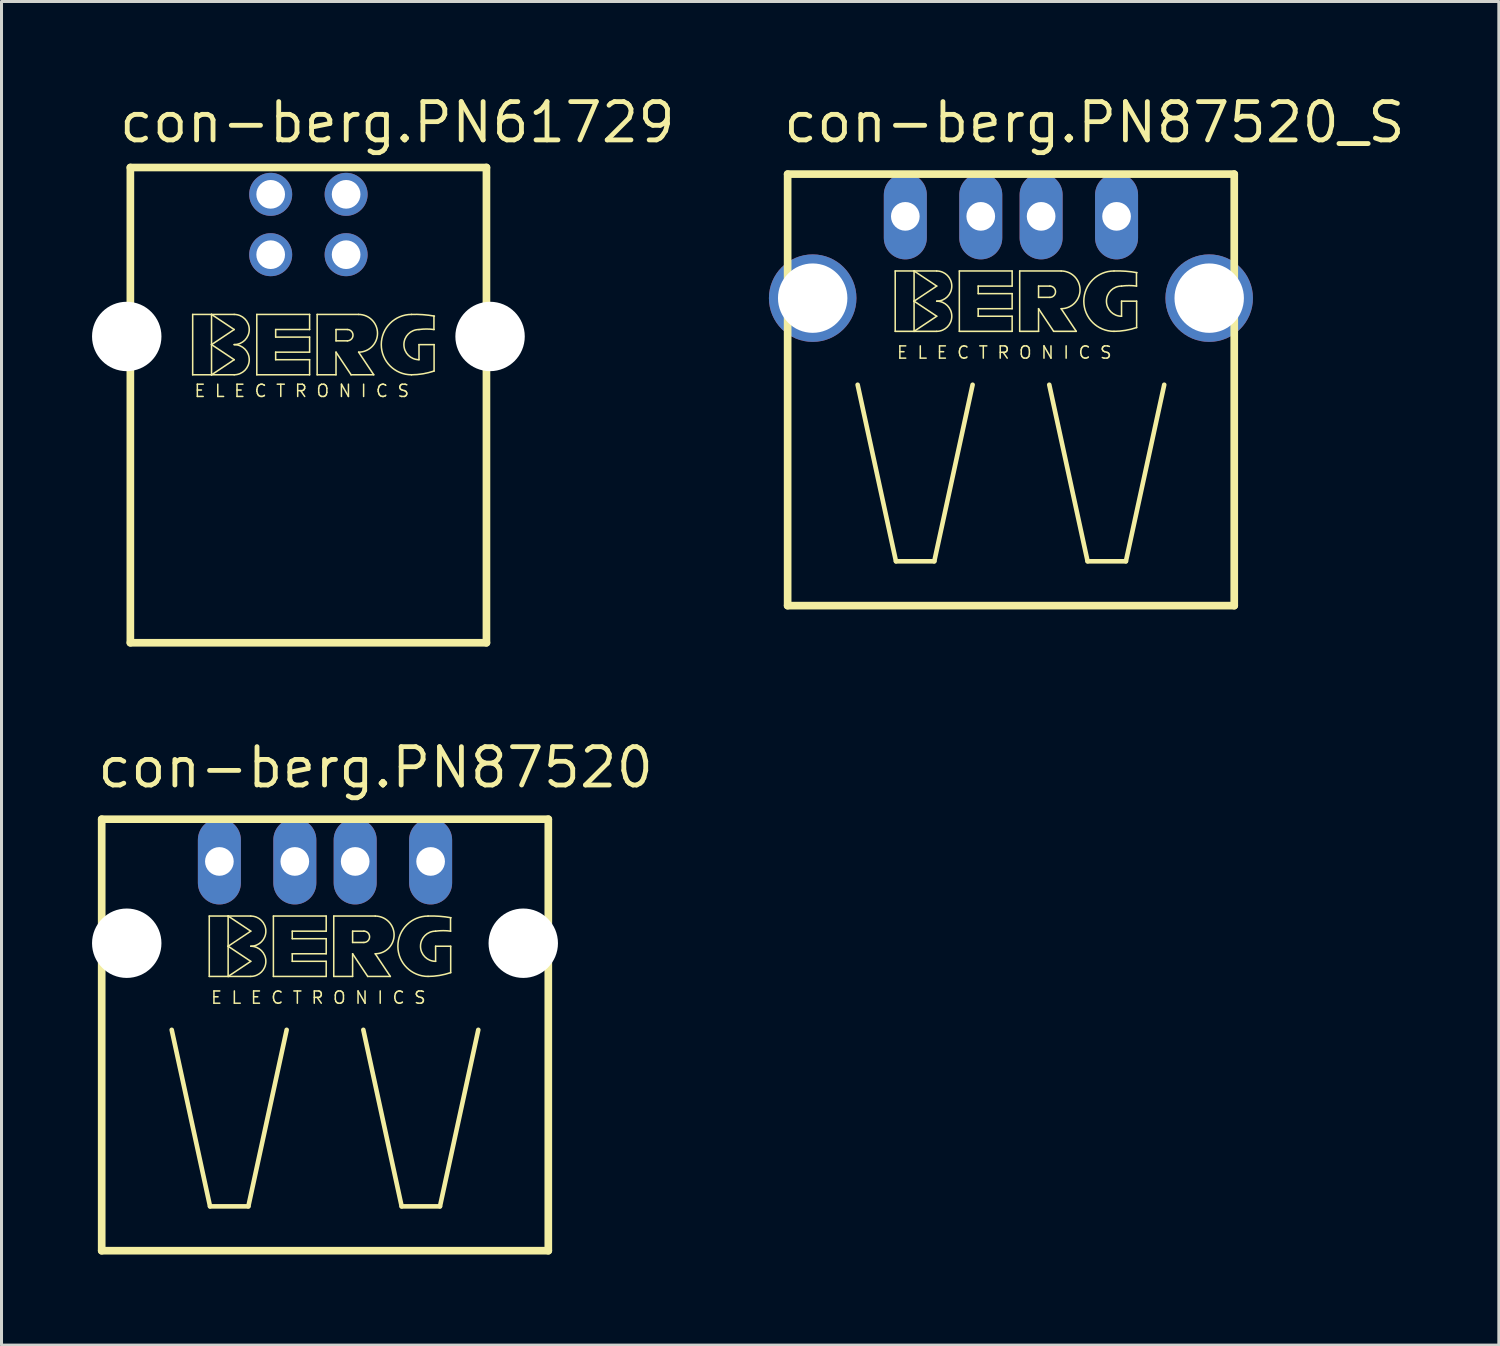
<source format=kicad_pcb>
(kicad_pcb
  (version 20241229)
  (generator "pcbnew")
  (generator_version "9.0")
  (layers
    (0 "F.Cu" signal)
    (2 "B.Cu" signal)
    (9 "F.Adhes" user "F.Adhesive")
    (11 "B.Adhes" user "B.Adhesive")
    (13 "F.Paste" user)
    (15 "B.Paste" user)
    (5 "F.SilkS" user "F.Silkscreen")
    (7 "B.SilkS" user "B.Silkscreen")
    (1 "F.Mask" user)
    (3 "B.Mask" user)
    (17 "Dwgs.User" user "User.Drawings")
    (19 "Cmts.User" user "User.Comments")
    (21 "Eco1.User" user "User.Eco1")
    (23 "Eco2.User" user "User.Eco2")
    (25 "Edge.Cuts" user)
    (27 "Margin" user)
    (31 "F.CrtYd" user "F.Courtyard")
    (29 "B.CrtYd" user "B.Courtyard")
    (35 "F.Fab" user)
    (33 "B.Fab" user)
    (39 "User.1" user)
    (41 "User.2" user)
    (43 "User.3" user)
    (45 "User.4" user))
  (footprint "con-berg.PN87520_S"
    (layer "F.Cu")
    (at 30.451 6.83)
    (property "Reference" "con-berg.PN87520_S" (at -7.62 -5.08 0) (layer "F.SilkS") (effects (font (size 1.27 1.27) (thickness 0.16)) (justify left bottom)))
    (attr through_hole)
    (fp_line (start -7.4 -4.11) (end -7.4 10.19) (stroke (width 0.254) (type default)) (layer "F.SilkS"))
    (fp_line (start -7.4 10.19) (end 7.4 10.19) (stroke (width 0.254) (type default)) (layer "F.SilkS"))
    (fp_line (start -5.08 2.87) (end -3.81 8.72) (stroke (width 0.152) (type default)) (layer "F.SilkS"))
    (fp_line (start -3.835 -0.9) (end -3.835 1.1) (stroke (width 0.051) (type default)) (layer "F.SilkS"))
    (fp_line (start -3.835 1.1) (end -3.21 1.1) (stroke (width 0.051) (type default)) (layer "F.SilkS"))
    (fp_line (start -3.81 8.72) (end -2.54 8.72) (stroke (width 0.152) (type default)) (layer "F.SilkS"))
    (fp_line (start -3.21 -0.9) (end -3.835 -0.9) (stroke (width 0.051) (type default)) (layer "F.SilkS"))
    (fp_line (start -3.21 -0.9) (end -2.46 -0.4) (stroke (width 0.051) (type default)) (layer "F.SilkS"))
    (fp_line (start -3.21 0.1) (end -3.21 -0.9) (stroke (width 0.051) (type default)) (layer "F.SilkS"))
    (fp_line (start -3.21 0.1) (end -2.46 0.6) (stroke (width 0.051) (type default)) (layer "F.SilkS"))
    (fp_line (start -3.21 1.1) (end -3.21 0.1) (stroke (width 0.051) (type default)) (layer "F.SilkS"))
    (fp_line (start -2.54 8.72) (end -1.27 2.87) (stroke (width 0.152) (type default)) (layer "F.SilkS"))
    (fp_line (start -2.46 -0.9) (end -3.21 -0.9) (stroke (width 0.051) (type default)) (layer "F.SilkS"))
    (fp_line (start -2.46 -0.4) (end -3.21 0.1) (stroke (width 0.051) (type default)) (layer "F.SilkS"))
    (fp_line (start -2.46 0.6) (end -3.21 1.1) (stroke (width 0.051) (type default)) (layer "F.SilkS"))
    (fp_line (start -2.46 1.1) (end -3.21 1.1) (stroke (width 0.051) (type default)) (layer "F.SilkS"))
    (fp_line (start -1.71 -0.9) (end -1.71 1.1) (stroke (width 0.051) (type default)) (layer "F.SilkS"))
    (fp_line (start -1.71 1.1) (end 0.04 1.1) (stroke (width 0.051) (type default)) (layer "F.SilkS"))
    (fp_line (start -1.085 -0.4) (end 0.04 -0.4) (stroke (width 0.051) (type default)) (layer "F.SilkS"))
    (fp_line (start -1.085 -0.15) (end -1.085 -0.4) (stroke (width 0.051) (type default)) (layer "F.SilkS"))
    (fp_line (start -1.085 0.35) (end 0.04 0.35) (stroke (width 0.051) (type default)) (layer "F.SilkS"))
    (fp_line (start -1.085 0.6) (end -1.085 0.35) (stroke (width 0.051) (type default)) (layer "F.SilkS"))
    (fp_line (start 0.04 -0.9) (end -1.71 -0.9) (stroke (width 0.051) (type default)) (layer "F.SilkS"))
    (fp_line (start 0.04 -0.4) (end 0.04 -0.9) (stroke (width 0.051) (type default)) (layer "F.SilkS"))
    (fp_line (start 0.04 -0.15) (end -1.085 -0.15) (stroke (width 0.051) (type default)) (layer "F.SilkS"))
    (fp_line (start 0.04 0.35) (end 0.04 -0.15) (stroke (width 0.051) (type default)) (layer "F.SilkS"))
    (fp_line (start 0.04 0.6) (end -1.085 0.6) (stroke (width 0.051) (type default)) (layer "F.SilkS"))
    (fp_line (start 0.04 1.1) (end 0.04 0.6) (stroke (width 0.051) (type default)) (layer "F.SilkS"))
    (fp_line (start 0.29 -0.9) (end 0.29 1.1) (stroke (width 0.051) (type default)) (layer "F.SilkS"))
    (fp_line (start 0.29 -0.9) (end 1.665 -0.9) (stroke (width 0.051) (type default)) (layer "F.SilkS"))
    (fp_line (start 0.29 1.1) (end 0.915 1.1) (stroke (width 0.051) (type default)) (layer "F.SilkS"))
    (fp_line (start 0.915 -0.4) (end 0.915 -0.025) (stroke (width 0.051) (type default)) (layer "F.SilkS"))
    (fp_line (start 0.915 -0.4) (end 1.29 -0.4) (stroke (width 0.051) (type default)) (layer "F.SilkS"))
    (fp_line (start 0.915 -0.025) (end 1.29 -0.025) (stroke (width 0.051) (type default)) (layer "F.SilkS"))
    (fp_line (start 0.915 0.35) (end 1.415 1.1) (stroke (width 0.051) (type default)) (layer "F.SilkS"))
    (fp_line (start 0.915 1.1) (end 0.915 0.35) (stroke (width 0.051) (type default)) (layer "F.SilkS"))
    (fp_line (start 1.27 2.87) (end 2.54 8.72) (stroke (width 0.152) (type default)) (layer "F.SilkS"))
    (fp_line (start 1.415 1.1) (end 2.165 1.1) (stroke (width 0.051) (type default)) (layer "F.SilkS"))
    (fp_line (start 2.165 1.1) (end 1.665 0.35) (stroke (width 0.051) (type default)) (layer "F.SilkS"))
    (fp_line (start 2.54 8.72) (end 3.81 8.72) (stroke (width 0.152) (type default)) (layer "F.SilkS"))
    (fp_line (start 3.665 0.1) (end 3.665 0.6) (stroke (width 0.051) (type default)) (layer "F.SilkS"))
    (fp_line (start 3.665 0.1) (end 4.165 0.1) (stroke (width 0.051) (type default)) (layer "F.SilkS"))
    (fp_line (start 3.81 8.72) (end 5.08 2.87) (stroke (width 0.152) (type default)) (layer "F.SilkS"))
    (fp_line (start 4.16 -0.4) (end 4.16 -0.845) (stroke (width 0.051) (type default)) (layer "F.SilkS"))
    (fp_line (start 4.165 0.1) (end 4.165 0.975) (stroke (width 0.051) (type default)) (layer "F.SilkS"))
    (fp_line (start 7.4 -4.11) (end -7.4 -4.11) (stroke (width 0.254) (type default)) (layer "F.SilkS"))
    (fp_line (start 7.4 10.19) (end 7.4 -4.11) (stroke (width 0.254) (type default)) (layer "F.SilkS"))
    (fp_arc (start -2.46 -0.9) (mid -1.96 -0.4) (end -2.46 0.1) (stroke (width 0.0508) (type default)) (layer "F.SilkS"))
    (fp_arc (start -2.46 0.1) (mid -1.96 0.6) (end -2.46 1.1) (stroke (width 0.0508) (type default)) (layer "F.SilkS"))
    (fp_arc (start 1.29 -0.4) (mid 1.4775 -0.2125) (end 1.29 -0.025) (stroke (width 0.0508) (type default)) (layer "F.SilkS"))
    (fp_arc (start 1.665 -0.9) (mid 2.29 -0.275) (end 1.665 0.35) (stroke (width 0.0508) (type default)) (layer "F.SilkS"))
    (fp_arc (start 3.415 -0.9) (mid 3.796448 -0.89251) (end 4.175 -0.845) (stroke (width 0.0508) (type default)) (layer "F.SilkS"))
    (fp_arc (start 3.415 1.1) (mid 2.415 0.1) (end 3.415 -0.9) (stroke (width 0.0508) (type default)) (layer "F.SilkS"))
    (fp_arc (start 3.665 -0.4) (mid 3.915 -0.416593) (end 4.165 -0.4) (stroke (width 0.0508) (type default)) (layer "F.SilkS"))
    (fp_arc (start 3.665 0.6) (mid 3.165 0.1) (end 3.665 -0.4) (stroke (width 0.0508) (type default)) (layer "F.SilkS"))
    (fp_arc (start 4.165 0.975) (mid 3.795035 1.067709) (end 3.415 1.1) (stroke (width 0.0508) (type default)) (layer "F.SilkS"))
    (fp_text user "E L E C T R O N I C S" (at -3.81 2.04 0) (layer "F.SilkS") (effects (font (size 0.406 0.406) (thickness 0.05)) (justify left bottom)))
    (pad "1" thru_hole oval (at -3.5 -2.71 90) (size 2.85 1.425) (drill 0.95) (layers "*.Cu" "*.Mask"))
    (pad "2" thru_hole oval (at -1 -2.71 90) (size 2.85 1.425) (drill 0.95) (layers "*.Cu" "*.Mask"))
    (pad "3" thru_hole oval (at 1 -2.71 90) (size 2.85 1.425) (drill 0.95) (layers "*.Cu" "*.Mask"))
    (pad "4" thru_hole oval (at 3.5 -2.71 90) (size 2.85 1.425) (drill 0.95) (layers "*.Cu" "*.Mask"))
    (pad "S1" thru_hole circle (at -6.57 0) (size 2.9 2.9) (drill 2.3) (layers "*.Cu" "*.Mask"))
    (pad "S2" thru_hole circle (at 6.57 0 180) (size 2.9 2.9) (drill 2.3) (layers "*.Cu" "*.Mask")))
  (footprint "con-berg.PN61729"
    (layer "F.Cu")
    (at 7.17 8.1)
    (property "Reference" "con-berg.PN61729" (at -6.35 -6.35 0) (layer "F.SilkS") (effects (font (size 1.27 1.27) (thickness 0.16)) (justify left bottom)))
    (attr through_hole)
    (fp_line (start -5.9 -5.6) (end -5.9 10.15) (stroke (width 0.254) (type default)) (layer "F.SilkS"))
    (fp_line (start -5.9 10.15) (end 5.9 10.15) (stroke (width 0.254) (type default)) (layer "F.SilkS"))
    (fp_line (start -3.835 -0.73) (end -3.835 1.27) (stroke (width 0.051) (type default)) (layer "F.SilkS"))
    (fp_line (start -3.835 1.27) (end -3.21 1.27) (stroke (width 0.051) (type default)) (layer "F.SilkS"))
    (fp_line (start -3.21 -0.73) (end -3.835 -0.73) (stroke (width 0.051) (type default)) (layer "F.SilkS"))
    (fp_line (start -3.21 -0.73) (end -2.46 -0.23) (stroke (width 0.051) (type default)) (layer "F.SilkS"))
    (fp_line (start -3.21 0.27) (end -3.21 -0.73) (stroke (width 0.051) (type default)) (layer "F.SilkS"))
    (fp_line (start -3.21 0.27) (end -2.46 0.77) (stroke (width 0.051) (type default)) (layer "F.SilkS"))
    (fp_line (start -3.21 1.27) (end -3.21 0.27) (stroke (width 0.051) (type default)) (layer "F.SilkS"))
    (fp_line (start -2.46 -0.73) (end -3.21 -0.73) (stroke (width 0.051) (type default)) (layer "F.SilkS"))
    (fp_line (start -2.46 -0.23) (end -3.21 0.27) (stroke (width 0.051) (type default)) (layer "F.SilkS"))
    (fp_line (start -2.46 0.77) (end -3.21 1.27) (stroke (width 0.051) (type default)) (layer "F.SilkS"))
    (fp_line (start -2.46 1.27) (end -3.21 1.27) (stroke (width 0.051) (type default)) (layer "F.SilkS"))
    (fp_line (start -1.71 -0.73) (end -1.71 1.27) (stroke (width 0.051) (type default)) (layer "F.SilkS"))
    (fp_line (start -1.71 1.27) (end 0.04 1.27) (stroke (width 0.051) (type default)) (layer "F.SilkS"))
    (fp_line (start -1.085 -0.23) (end 0.04 -0.23) (stroke (width 0.051) (type default)) (layer "F.SilkS"))
    (fp_line (start -1.085 0.02) (end -1.085 -0.23) (stroke (width 0.051) (type default)) (layer "F.SilkS"))
    (fp_line (start -1.085 0.52) (end 0.04 0.52) (stroke (width 0.051) (type default)) (layer "F.SilkS"))
    (fp_line (start -1.085 0.77) (end -1.085 0.52) (stroke (width 0.051) (type default)) (layer "F.SilkS"))
    (fp_line (start 0.04 -0.73) (end -1.71 -0.73) (stroke (width 0.051) (type default)) (layer "F.SilkS"))
    (fp_line (start 0.04 -0.23) (end 0.04 -0.73) (stroke (width 0.051) (type default)) (layer "F.SilkS"))
    (fp_line (start 0.04 0.02) (end -1.085 0.02) (stroke (width 0.051) (type default)) (layer "F.SilkS"))
    (fp_line (start 0.04 0.52) (end 0.04 0.02) (stroke (width 0.051) (type default)) (layer "F.SilkS"))
    (fp_line (start 0.04 0.77) (end -1.085 0.77) (stroke (width 0.051) (type default)) (layer "F.SilkS"))
    (fp_line (start 0.04 1.27) (end 0.04 0.77) (stroke (width 0.051) (type default)) (layer "F.SilkS"))
    (fp_line (start 0.29 -0.73) (end 0.29 1.27) (stroke (width 0.051) (type default)) (layer "F.SilkS"))
    (fp_line (start 0.29 -0.73) (end 1.665 -0.73) (stroke (width 0.051) (type default)) (layer "F.SilkS"))
    (fp_line (start 0.29 1.27) (end 0.915 1.27) (stroke (width 0.051) (type default)) (layer "F.SilkS"))
    (fp_line (start 0.915 -0.23) (end 0.915 0.145) (stroke (width 0.051) (type default)) (layer "F.SilkS"))
    (fp_line (start 0.915 -0.23) (end 1.29 -0.23) (stroke (width 0.051) (type default)) (layer "F.SilkS"))
    (fp_line (start 0.915 0.145) (end 1.29 0.145) (stroke (width 0.051) (type default)) (layer "F.SilkS"))
    (fp_line (start 0.915 0.52) (end 1.415 1.27) (stroke (width 0.051) (type default)) (layer "F.SilkS"))
    (fp_line (start 0.915 1.27) (end 0.915 0.52) (stroke (width 0.051) (type default)) (layer "F.SilkS"))
    (fp_line (start 1.415 1.27) (end 2.165 1.27) (stroke (width 0.051) (type default)) (layer "F.SilkS"))
    (fp_line (start 2.165 1.27) (end 1.665 0.52) (stroke (width 0.051) (type default)) (layer "F.SilkS"))
    (fp_line (start 3.665 0.27) (end 3.665 0.77) (stroke (width 0.051) (type default)) (layer "F.SilkS"))
    (fp_line (start 3.665 0.27) (end 4.165 0.27) (stroke (width 0.051) (type default)) (layer "F.SilkS"))
    (fp_line (start 4.16 -0.23) (end 4.16 -0.675) (stroke (width 0.051) (type default)) (layer "F.SilkS"))
    (fp_line (start 4.165 0.27) (end 4.165 1.145) (stroke (width 0.051) (type default)) (layer "F.SilkS"))
    (fp_line (start 5.9 -5.6) (end -5.9 -5.6) (stroke (width 0.254) (type default)) (layer "F.SilkS"))
    (fp_line (start 5.9 10.15) (end 5.9 -5.6) (stroke (width 0.254) (type default)) (layer "F.SilkS"))
    (fp_arc (start -2.46 -0.73) (mid -1.96 -0.23) (end -2.46 0.27) (stroke (width 0.0508) (type default)) (layer "F.SilkS"))
    (fp_arc (start -2.46 0.27) (mid -1.96 0.77) (end -2.46 1.27) (stroke (width 0.0508) (type default)) (layer "F.SilkS"))
    (fp_arc (start 1.29 -0.23) (mid 1.4775 -0.0425) (end 1.29 0.145) (stroke (width 0.0508) (type default)) (layer "F.SilkS"))
    (fp_arc (start 1.665 -0.73) (mid 2.29 -0.105) (end 1.665 0.52) (stroke (width 0.0508) (type default)) (layer "F.SilkS"))
    (fp_arc (start 3.415 -0.73) (mid 3.796448 -0.722513) (end 4.175 -0.675) (stroke (width 0.0508) (type default)) (layer "F.SilkS"))
    (fp_arc (start 3.415 1.27) (mid 2.415 0.27) (end 3.415 -0.73) (stroke (width 0.0508) (type default)) (layer "F.SilkS"))
    (fp_arc (start 3.665 -0.23) (mid 3.915 -0.246593) (end 4.165 -0.23) (stroke (width 0.0508) (type default)) (layer "F.SilkS"))
    (fp_arc (start 3.665 0.77) (mid 3.165 0.27) (end 3.665 -0.23) (stroke (width 0.0508) (type default)) (layer "F.SilkS"))
    (fp_arc (start 4.165 1.145) (mid 3.795035 1.237709) (end 3.415 1.27) (stroke (width 0.0508) (type default)) (layer "F.SilkS"))
    (fp_text user "E L E C T R O N I C S" (at -3.81 2.04 0) (layer "F.SilkS") (effects (font (size 0.406 0.406) (thickness 0.05)) (justify left bottom)))
    (pad "" np_thru_hole circle (at -6.02 0) (size 2.3 2.3) (drill 2.3) (layers "*.Cu" "*.Mask"))
    (pad "" np_thru_hole circle (at 6.02 0) (size 2.3 2.3) (drill 2.3) (layers "*.Cu" "*.Mask"))
    (pad "1" thru_hole circle (at 1.25 -4.71) (size 1.425 1.425) (drill 0.95) (layers "*.Cu" "*.Mask"))
    (pad "2" thru_hole circle (at -1.25 -4.71) (size 1.425 1.425) (drill 0.95) (layers "*.Cu" "*.Mask"))
    (pad "3" thru_hole circle (at -1.25 -2.71) (size 1.425 1.425) (drill 0.95) (layers "*.Cu" "*.Mask"))
    (pad "4" thru_hole circle (at 1.25 -2.71) (size 1.425 1.425) (drill 0.95) (layers "*.Cu" "*.Mask")))
  (footprint "con-berg.PN87520"
    (layer "F.Cu")
    (at 7.72 28.207)
    (property "Reference" "con-berg.PN87520" (at -7.62 -5.08 0) (layer "F.SilkS") (effects (font (size 1.27 1.27) (thickness 0.16)) (justify left bottom)))
    (attr through_hole)
    (fp_line (start -7.4 -4.11) (end -7.4 10.19) (stroke (width 0.254) (type default)) (layer "F.SilkS"))
    (fp_line (start -7.4 10.19) (end 7.4 10.19) (stroke (width 0.254) (type default)) (layer "F.SilkS"))
    (fp_line (start -5.08 2.87) (end -3.81 8.72) (stroke (width 0.152) (type default)) (layer "F.SilkS"))
    (fp_line (start -3.835 -0.9) (end -3.835 1.1) (stroke (width 0.051) (type default)) (layer "F.SilkS"))
    (fp_line (start -3.835 1.1) (end -3.21 1.1) (stroke (width 0.051) (type default)) (layer "F.SilkS"))
    (fp_line (start -3.81 8.72) (end -2.54 8.72) (stroke (width 0.152) (type default)) (layer "F.SilkS"))
    (fp_line (start -3.21 -0.9) (end -3.835 -0.9) (stroke (width 0.051) (type default)) (layer "F.SilkS"))
    (fp_line (start -3.21 -0.9) (end -2.46 -0.4) (stroke (width 0.051) (type default)) (layer "F.SilkS"))
    (fp_line (start -3.21 0.1) (end -3.21 -0.9) (stroke (width 0.051) (type default)) (layer "F.SilkS"))
    (fp_line (start -3.21 0.1) (end -2.46 0.6) (stroke (width 0.051) (type default)) (layer "F.SilkS"))
    (fp_line (start -3.21 1.1) (end -3.21 0.1) (stroke (width 0.051) (type default)) (layer "F.SilkS"))
    (fp_line (start -2.54 8.72) (end -1.27 2.87) (stroke (width 0.152) (type default)) (layer "F.SilkS"))
    (fp_line (start -2.46 -0.9) (end -3.21 -0.9) (stroke (width 0.051) (type default)) (layer "F.SilkS"))
    (fp_line (start -2.46 -0.4) (end -3.21 0.1) (stroke (width 0.051) (type default)) (layer "F.SilkS"))
    (fp_line (start -2.46 0.6) (end -3.21 1.1) (stroke (width 0.051) (type default)) (layer "F.SilkS"))
    (fp_line (start -2.46 1.1) (end -3.21 1.1) (stroke (width 0.051) (type default)) (layer "F.SilkS"))
    (fp_line (start -1.71 -0.9) (end -1.71 1.1) (stroke (width 0.051) (type default)) (layer "F.SilkS"))
    (fp_line (start -1.71 1.1) (end 0.04 1.1) (stroke (width 0.051) (type default)) (layer "F.SilkS"))
    (fp_line (start -1.085 -0.4) (end 0.04 -0.4) (stroke (width 0.051) (type default)) (layer "F.SilkS"))
    (fp_line (start -1.085 -0.15) (end -1.085 -0.4) (stroke (width 0.051) (type default)) (layer "F.SilkS"))
    (fp_line (start -1.085 0.35) (end 0.04 0.35) (stroke (width 0.051) (type default)) (layer "F.SilkS"))
    (fp_line (start -1.085 0.6) (end -1.085 0.35) (stroke (width 0.051) (type default)) (layer "F.SilkS"))
    (fp_line (start 0.04 -0.9) (end -1.71 -0.9) (stroke (width 0.051) (type default)) (layer "F.SilkS"))
    (fp_line (start 0.04 -0.4) (end 0.04 -0.9) (stroke (width 0.051) (type default)) (layer "F.SilkS"))
    (fp_line (start 0.04 -0.15) (end -1.085 -0.15) (stroke (width 0.051) (type default)) (layer "F.SilkS"))
    (fp_line (start 0.04 0.35) (end 0.04 -0.15) (stroke (width 0.051) (type default)) (layer "F.SilkS"))
    (fp_line (start 0.04 0.6) (end -1.085 0.6) (stroke (width 0.051) (type default)) (layer "F.SilkS"))
    (fp_line (start 0.04 1.1) (end 0.04 0.6) (stroke (width 0.051) (type default)) (layer "F.SilkS"))
    (fp_line (start 0.29 -0.9) (end 0.29 1.1) (stroke (width 0.051) (type default)) (layer "F.SilkS"))
    (fp_line (start 0.29 -0.9) (end 1.665 -0.9) (stroke (width 0.051) (type default)) (layer "F.SilkS"))
    (fp_line (start 0.29 1.1) (end 0.915 1.1) (stroke (width 0.051) (type default)) (layer "F.SilkS"))
    (fp_line (start 0.915 -0.4) (end 0.915 -0.025) (stroke (width 0.051) (type default)) (layer "F.SilkS"))
    (fp_line (start 0.915 -0.4) (end 1.29 -0.4) (stroke (width 0.051) (type default)) (layer "F.SilkS"))
    (fp_line (start 0.915 -0.025) (end 1.29 -0.025) (stroke (width 0.051) (type default)) (layer "F.SilkS"))
    (fp_line (start 0.915 0.35) (end 1.415 1.1) (stroke (width 0.051) (type default)) (layer "F.SilkS"))
    (fp_line (start 0.915 1.1) (end 0.915 0.35) (stroke (width 0.051) (type default)) (layer "F.SilkS"))
    (fp_line (start 1.27 2.87) (end 2.54 8.72) (stroke (width 0.152) (type default)) (layer "F.SilkS"))
    (fp_line (start 1.415 1.1) (end 2.165 1.1) (stroke (width 0.051) (type default)) (layer "F.SilkS"))
    (fp_line (start 2.165 1.1) (end 1.665 0.35) (stroke (width 0.051) (type default)) (layer "F.SilkS"))
    (fp_line (start 2.54 8.72) (end 3.81 8.72) (stroke (width 0.152) (type default)) (layer "F.SilkS"))
    (fp_line (start 3.665 0.1) (end 3.665 0.6) (stroke (width 0.051) (type default)) (layer "F.SilkS"))
    (fp_line (start 3.665 0.1) (end 4.165 0.1) (stroke (width 0.051) (type default)) (layer "F.SilkS"))
    (fp_line (start 3.81 8.72) (end 5.08 2.87) (stroke (width 0.152) (type default)) (layer "F.SilkS"))
    (fp_line (start 4.16 -0.4) (end 4.16 -0.845) (stroke (width 0.051) (type default)) (layer "F.SilkS"))
    (fp_line (start 4.165 0.1) (end 4.165 0.975) (stroke (width 0.051) (type default)) (layer "F.SilkS"))
    (fp_line (start 7.4 -4.11) (end -7.4 -4.11) (stroke (width 0.254) (type default)) (layer "F.SilkS"))
    (fp_line (start 7.4 10.19) (end 7.4 -4.11) (stroke (width 0.254) (type default)) (layer "F.SilkS"))
    (fp_arc (start -2.46 -0.9) (mid -1.96 -0.4) (end -2.46 0.1) (stroke (width 0.0508) (type default)) (layer "F.SilkS"))
    (fp_arc (start -2.46 0.1) (mid -1.96 0.6) (end -2.46 1.1) (stroke (width 0.0508) (type default)) (layer "F.SilkS"))
    (fp_arc (start 1.29 -0.4) (mid 1.4775 -0.2125) (end 1.29 -0.025) (stroke (width 0.0508) (type default)) (layer "F.SilkS"))
    (fp_arc (start 1.665 -0.9) (mid 2.29 -0.275) (end 1.665 0.35) (stroke (width 0.0508) (type default)) (layer "F.SilkS"))
    (fp_arc (start 3.415 -0.9) (mid 3.796448 -0.892513) (end 4.175 -0.845) (stroke (width 0.0508) (type default)) (layer "F.SilkS"))
    (fp_arc (start 3.415 1.1) (mid 2.415 0.1) (end 3.415 -0.9) (stroke (width 0.0508) (type default)) (layer "F.SilkS"))
    (fp_arc (start 3.665 -0.4) (mid 3.915 -0.416593) (end 4.165 -0.4) (stroke (width 0.0508) (type default)) (layer "F.SilkS"))
    (fp_arc (start 3.665 0.6) (mid 3.165 0.1) (end 3.665 -0.4) (stroke (width 0.0508) (type default)) (layer "F.SilkS"))
    (fp_arc (start 4.165 0.975) (mid 3.795035 1.067709) (end 3.415 1.1) (stroke (width 0.0508) (type default)) (layer "F.SilkS"))
    (fp_text user "E L E C T R O N I C S" (at -3.81 2.04 0) (layer "F.SilkS") (effects (font (size 0.406 0.406) (thickness 0.05)) (justify left bottom)))
    (pad "" np_thru_hole circle (at -6.57 0) (size 2.3 2.3) (drill 2.3) (layers "*.Cu" "*.Mask"))
    (pad "" np_thru_hole circle (at 6.57 0) (size 2.3 2.3) (drill 2.3) (layers "*.Cu" "*.Mask"))
    (pad "1" thru_hole oval (at -3.5 -2.71 90) (size 2.85 1.425) (drill 0.95) (layers "*.Cu" "*.Mask"))
    (pad "2" thru_hole oval (at -1 -2.71 90) (size 2.85 1.425) (drill 0.95) (layers "*.Cu" "*.Mask"))
    (pad "3" thru_hole oval (at 1 -2.71 90) (size 2.85 1.425) (drill 0.95) (layers "*.Cu" "*.Mask"))
    (pad "4" thru_hole oval (at 3.5 -2.71 90) (size 2.85 1.425) (drill 0.95) (layers "*.Cu" "*.Mask")))
  (gr_rect
    (start -3 -3)
    (end 46.619 41.524)
    (stroke (width 0.1) (type default))
    (fill no)
    (layer "Edge.Cuts")))
</source>
